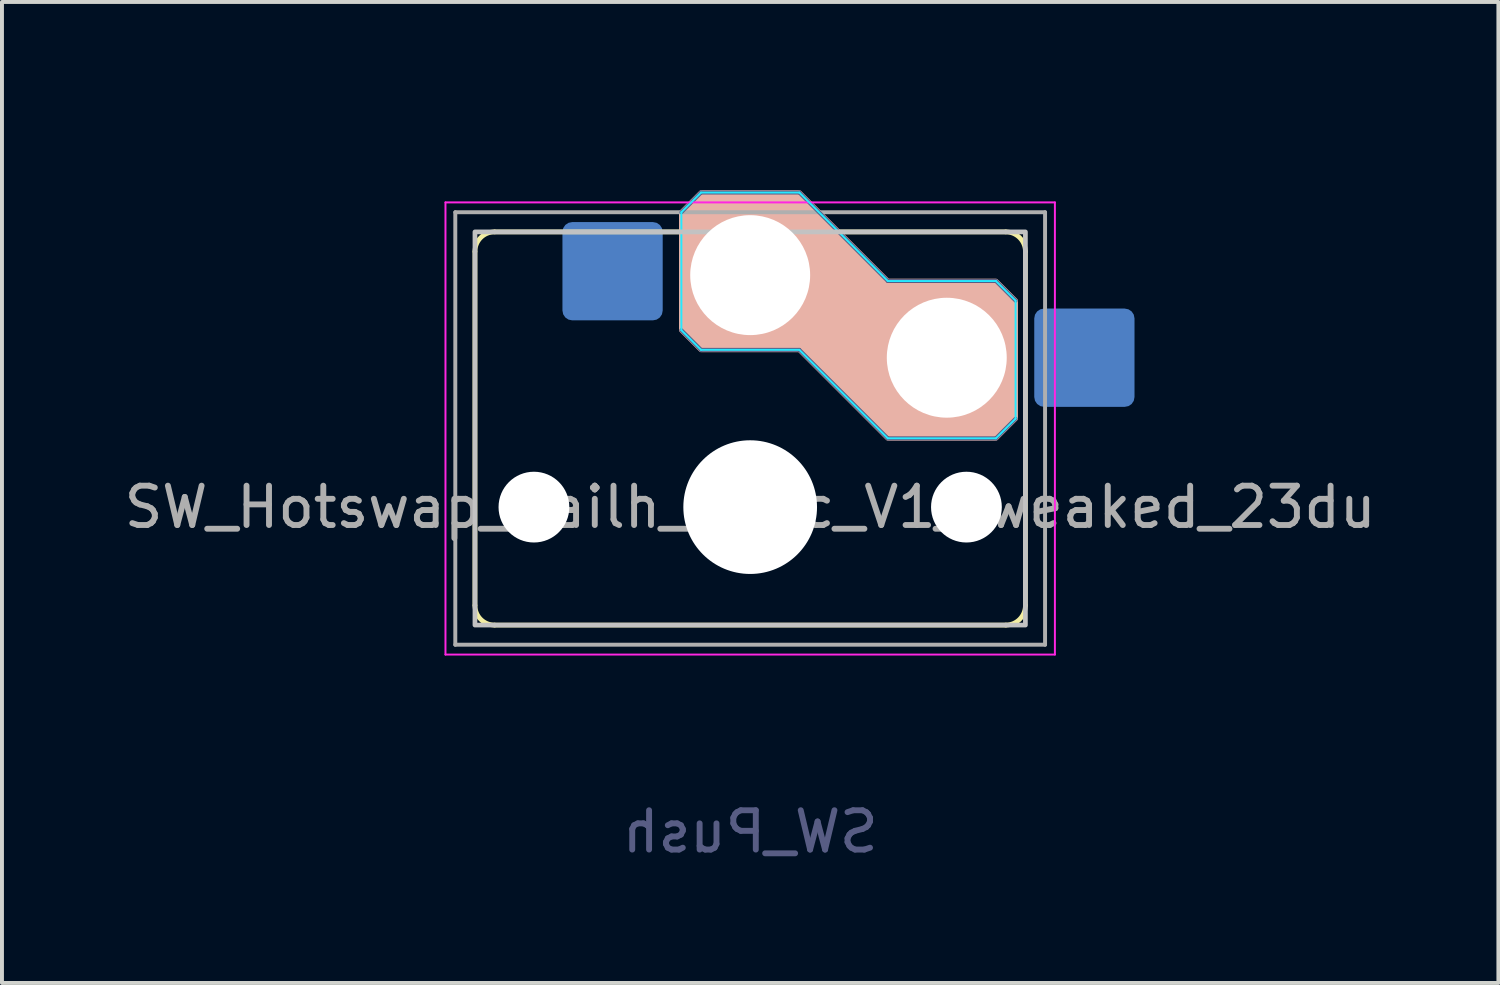
<source format=kicad_pcb>
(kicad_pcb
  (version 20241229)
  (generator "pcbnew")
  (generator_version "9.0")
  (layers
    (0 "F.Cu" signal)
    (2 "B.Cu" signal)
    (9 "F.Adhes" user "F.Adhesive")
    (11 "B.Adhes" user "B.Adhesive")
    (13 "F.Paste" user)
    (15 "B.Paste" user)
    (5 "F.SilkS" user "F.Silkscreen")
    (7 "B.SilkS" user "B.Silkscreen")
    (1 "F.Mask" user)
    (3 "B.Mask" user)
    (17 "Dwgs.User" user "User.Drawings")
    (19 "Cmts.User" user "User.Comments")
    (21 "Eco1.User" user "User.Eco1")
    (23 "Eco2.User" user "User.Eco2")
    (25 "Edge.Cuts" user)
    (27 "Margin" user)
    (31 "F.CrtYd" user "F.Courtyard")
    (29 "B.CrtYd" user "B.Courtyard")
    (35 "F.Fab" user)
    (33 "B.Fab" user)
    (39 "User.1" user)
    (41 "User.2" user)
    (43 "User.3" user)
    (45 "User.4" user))
  (footprint "SW_Hotswap_Kailh_Choc_V1_tweaked_23du"
    (layer "F.Cu")
    (at 16.03 9.848)
    (property "Reference" "SW_Hotswap_Kailh_Choc_V1_tweaked_23du" (at 0 -9 0) (layer "User.1") (effects (font (size 1 1) (thickness 0.15))))
    (property "Value" "SW_Push" (at 0 9 0) (layer "F.Fab") (hide yes) (effects (font (size 1 1) (thickness 0.15))))
    (attr smd)
    (fp_line (start -7 -6.5) (end -7 2.5) (stroke (width 0.12) (type solid)) (layer "F.SilkS"))
    (fp_line (start -6.5 3) (end 6.5 3) (stroke (width 0.12) (type solid)) (layer "F.SilkS"))
    (fp_line (start 6.5 -7) (end -6.5 -7) (stroke (width 0.12) (type solid)) (layer "F.SilkS"))
    (fp_line (start 7 2.5) (end 7 -6.5) (stroke (width 0.12) (type solid)) (layer "F.SilkS"))
    (fp_arc (start -7 -6.5) (mid -6.853553 -6.853553) (end -6.5 -7) (stroke (width 0.12) (type solid)) (layer "F.SilkS"))
    (fp_arc (start -6.5 3) (mid -6.853553 2.853553) (end -7 2.5) (stroke (width 0.12) (type solid)) (layer "F.SilkS"))
    (fp_arc (start 6.5 -7) (mid 6.853553 -6.853553) (end 7 -6.5) (stroke (width 0.12) (type solid)) (layer "F.SilkS"))
    (fp_arc (start 7 2.5) (mid 6.853553 2.853553) (end 6.5 3) (stroke (width 0.12) (type solid)) (layer "F.SilkS"))
    (fp_poly (pts (xy 3.5 -5.75) (xy 6.25 -5.75) (xy 6.75 -5.25) (xy 6.75 -2.25) (xy 6.25 -1.75) (xy 3.5 -1.75) (xy 1.25 -4) (xy -1.25 -4) (xy -1.75 -4.5) (xy -1.75 -7.5) (xy -1.25 -8) (xy 1.25 -8)) (stroke (width 0.12) (type solid)) (fill yes) (layer "B.SilkS"))
    (fp_rect (start -7 -7) (end 7 3) (stroke (width 0.12) (type solid)) (fill no) (layer "Dwgs.User"))
    (fp_line (start -7.25 -7.25) (end -7.25 3.25) (stroke (width 0.1) (type solid)) (layer "Eco1.User"))
    (fp_line (start -7.25 3.25) (end 7.25 3.25) (stroke (width 0.1) (type solid)) (layer "Eco1.User"))
    (fp_line (start 7.25 -7.25) (end -7.25 -7.25) (stroke (width 0.1) (type solid)) (layer "Eco1.User"))
    (fp_line (start 7.25 3.25) (end 7.25 -7.25) (stroke (width 0.1) (type solid)) (layer "Eco1.User"))
    (fp_line (start -1.75 -7.5) (end -1.25 -8) (stroke (width 0.05) (type solid)) (layer "B.CrtYd"))
    (fp_line (start -1.75 -4.5) (end -1.75 -7.5) (stroke (width 0.05) (type solid)) (layer "B.CrtYd"))
    (fp_line (start -1.25 -8) (end 1.25 -8) (stroke (width 0.05) (type solid)) (layer "B.CrtYd"))
    (fp_line (start -1.25 -4) (end -1.75 -4.5) (stroke (width 0.05) (type solid)) (layer "B.CrtYd"))
    (fp_line (start 1.25 -8) (end 3.5 -5.75) (stroke (width 0.05) (type solid)) (layer "B.CrtYd"))
    (fp_line (start 1.25 -4) (end -1.25 -4) (stroke (width 0.05) (type solid)) (layer "B.CrtYd"))
    (fp_line (start 3.5 -5.75) (end 6.25 -5.75) (stroke (width 0.05) (type solid)) (layer "B.CrtYd"))
    (fp_line (start 3.5 -1.75) (end 1.25 -4) (stroke (width 0.05) (type solid)) (layer "B.CrtYd"))
    (fp_line (start 6.25 -5.75) (end 6.75 -5.25) (stroke (width 0.05) (type solid)) (layer "B.CrtYd"))
    (fp_line (start 6.25 -1.75) (end 3.5 -1.75) (stroke (width 0.05) (type solid)) (layer "B.CrtYd"))
    (fp_line (start 6.75 -5.25) (end 6.75 -2.25) (stroke (width 0.05) (type solid)) (layer "B.CrtYd"))
    (fp_line (start 6.75 -2.25) (end 6.25 -1.75) (stroke (width 0.05) (type solid)) (layer "B.CrtYd"))
    (fp_line (start -7.75 -7.75) (end -7.75 3.75) (stroke (width 0.05) (type solid)) (layer "F.CrtYd"))
    (fp_line (start -7.75 3.75) (end 7.75 3.75) (stroke (width 0.05) (type solid)) (layer "F.CrtYd"))
    (fp_line (start 7.75 -7.75) (end -7.75 -7.75) (stroke (width 0.05) (type solid)) (layer "F.CrtYd"))
    (fp_line (start 7.75 3.75) (end 7.75 -7.75) (stroke (width 0.05) (type solid)) (layer "F.CrtYd"))
    (fp_line (start -1.75 -7.5) (end -1.25 -8) (stroke (width 0.1) (type solid)) (layer "B.Fab"))
    (fp_line (start -1.25 -8) (end 1.25 -8) (stroke (width 0.1) (type solid)) (layer "B.Fab"))
    (fp_line (start -1.25 -4) (end -1.75 -4.5) (stroke (width 0.1) (type solid)) (layer "B.Fab"))
    (fp_line (start 1.25 -8) (end 3.5 -5.75) (stroke (width 0.1) (type solid)) (layer "B.Fab"))
    (fp_line (start 1.25 -4) (end -1.25 -4) (stroke (width 0.1) (type solid)) (layer "B.Fab"))
    (fp_line (start 3.5 -5.75) (end 6.25 -5.75) (stroke (width 0.1) (type solid)) (layer "B.Fab"))
    (fp_line (start 3.5 -1.75) (end 1.25 -4) (stroke (width 0.1) (type solid)) (layer "B.Fab"))
    (fp_line (start 6.25 -5.75) (end 6.75 -5.25) (stroke (width 0.1) (type solid)) (layer "B.Fab"))
    (fp_line (start 6.25 -1.75) (end 3.5 -1.75) (stroke (width 0.1) (type solid)) (layer "B.Fab"))
    (fp_line (start 6.75 -2.25) (end 6.25 -1.75) (stroke (width 0.1) (type solid)) (layer "B.Fab"))
    (fp_line (start -7.5 -7.5) (end -7.5 3.5) (stroke (width 0.1) (type solid)) (layer "F.Fab"))
    (fp_line (start -7.5 3.5) (end 7.5 3.5) (stroke (width 0.1) (type solid)) (layer "F.Fab"))
    (fp_line (start 7.5 -7.5) (end -7.5 -7.5) (stroke (width 0.1) (type solid)) (layer "F.Fab"))
    (fp_line (start 7.5 3.5) (end 7.5 -7.5) (stroke (width 0.1) (type solid)) (layer "F.Fab"))
    (fp_text user "${VALUE}" (at 0 8.255 0) (layer "B.Fab") (effects (font (size 1 1) (thickness 0.15)) (justify mirror)))
    (fp_text user "${REFERENCE}" (at 0 0 0) (layer "F.Fab") (effects (font (size 1 1) (thickness 0.15))))
    (pad "" np_thru_hole circle (at -5.5 0) (size 1.8 1.8) (drill 1.8) (layers "*.Cu" "*.Mask"))
    (pad "" np_thru_hole circle (at 0 -5.9) (size 3.05 3.05) (drill 3.05) (layers "*.Cu" "*.Mask"))
    (pad "" np_thru_hole circle (at 0 0) (size 3.4 3.4) (drill 3.4) (layers "*.Cu" "*.Mask"))
    (pad "" np_thru_hole circle (at 5 -3.8) (size 3.05 3.05) (drill 3.05) (layers "*.Cu" "*.Mask"))
    (pad "" np_thru_hole circle (at 5.5 0) (size 1.8 1.8) (drill 1.8) (layers "*.Cu" "*.Mask"))
    (pad "1" smd roundrect (at -3.5 -6) (size 2.55 2.5) (layers "B.Cu" "B.Mask" "B.Paste") (roundrect_rratio 0.1))
    (pad "2" smd roundrect (at 8.5 -3.8) (size 2.55 2.5) (layers "B.Cu" "B.Mask" "B.Paste") (roundrect_rratio 0.1)))
  (gr_rect
    (start -3 -3)
    (end 35.06 21.951)
    (stroke (width 0.1) (type default))
    (fill no)
    (layer "Edge.Cuts")))
</source>
